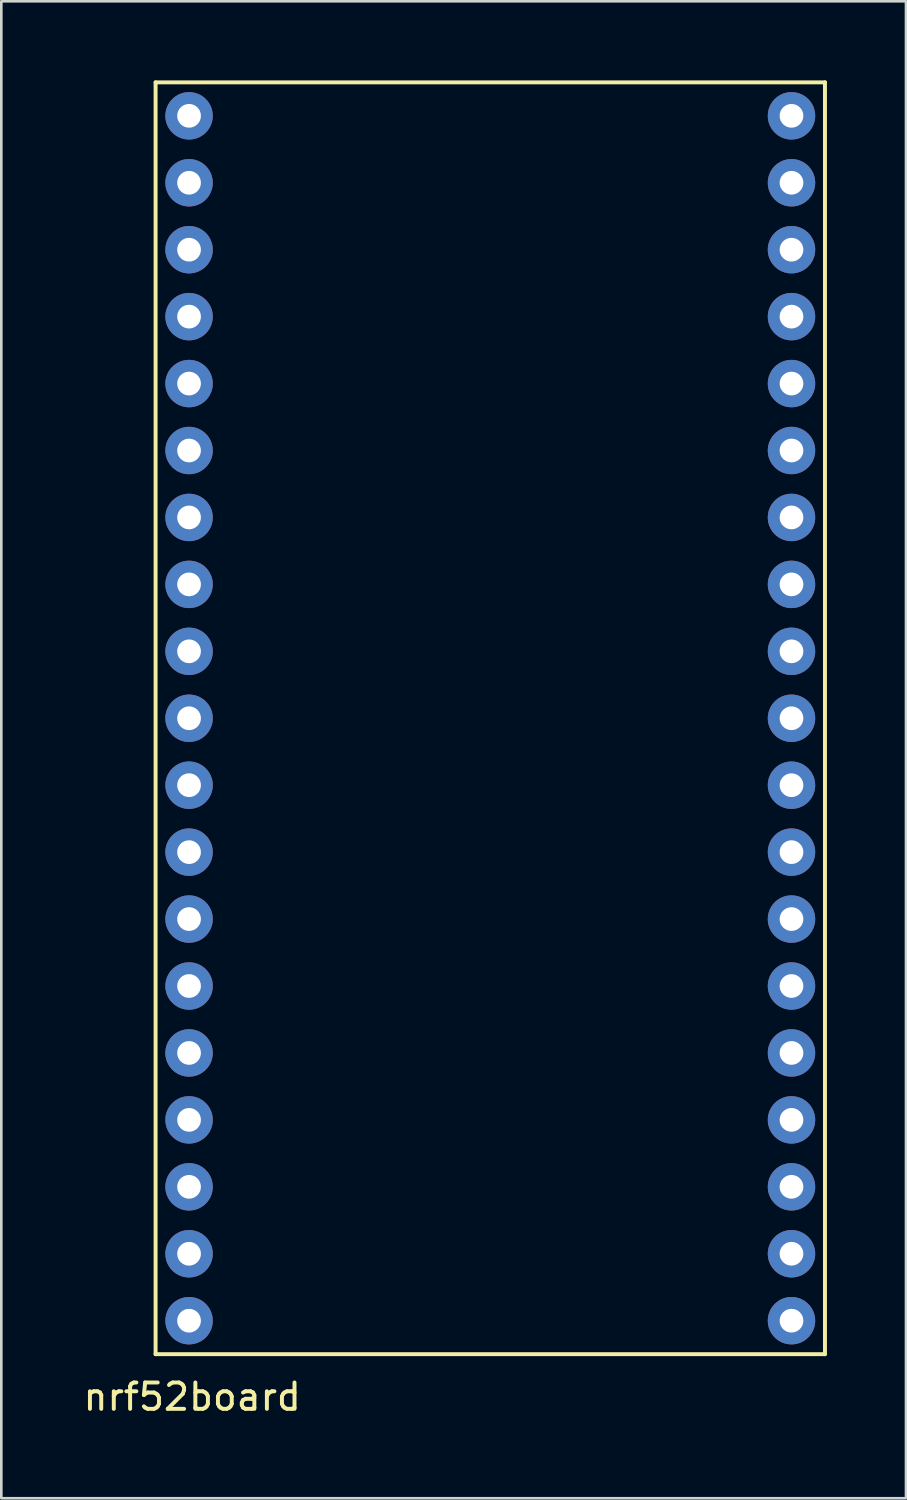
<source format=kicad_pcb>
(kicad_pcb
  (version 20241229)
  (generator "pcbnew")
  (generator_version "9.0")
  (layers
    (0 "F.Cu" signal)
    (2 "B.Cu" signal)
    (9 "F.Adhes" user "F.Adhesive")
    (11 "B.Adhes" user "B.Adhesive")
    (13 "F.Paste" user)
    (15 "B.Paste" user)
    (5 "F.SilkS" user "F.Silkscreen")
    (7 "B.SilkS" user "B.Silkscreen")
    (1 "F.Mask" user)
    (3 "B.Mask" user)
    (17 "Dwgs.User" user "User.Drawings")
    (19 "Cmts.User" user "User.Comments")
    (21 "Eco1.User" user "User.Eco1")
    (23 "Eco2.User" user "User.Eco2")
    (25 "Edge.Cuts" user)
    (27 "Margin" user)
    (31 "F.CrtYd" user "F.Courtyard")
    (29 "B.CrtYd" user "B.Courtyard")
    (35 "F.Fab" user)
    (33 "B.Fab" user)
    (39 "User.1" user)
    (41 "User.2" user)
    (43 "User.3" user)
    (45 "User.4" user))
  (footprint "nrf52board"
    (layer "F.Cu")
    (at 14.404 24.155)
    (property "Reference" "nrf52board" (at -10.16 25.8 0) (layer "F.SilkS") (effects (font (size 1 1) (thickness 0.15))))
    (attr through_hole)
    (fp_line (start -11.55 -24.08) (end 13.85 -24.08) (stroke (width 0.15) (type solid)) (layer "F.SilkS"))
    (fp_line (start -11.55 24.18) (end -11.55 -24.08) (stroke (width 0.15) (type solid)) (layer "F.SilkS"))
    (fp_line (start 13.85 -24.08) (end 13.85 24.18) (stroke (width 0.15) (type solid)) (layer "F.SilkS"))
    (fp_line (start 13.85 24.18) (end -11.55 24.18) (stroke (width 0.15) (type solid)) (layer "F.SilkS"))
    (pad "1" thru_hole circle (at -10.28 -22.81 90) (size 1.8 1.8) (drill 0.9) (layers "*.Cu" "*.Mask"))
    (pad "2" thru_hole circle (at -10.28 -20.27 90) (size 1.8 1.8) (drill 0.9) (layers "*.Cu" "*.Mask"))
    (pad "3" thru_hole circle (at -10.28 -17.73 90) (size 1.8 1.8) (drill 0.9) (layers "*.Cu" "*.Mask"))
    (pad "4" thru_hole circle (at -10.28 -15.19 90) (size 1.8 1.8) (drill 0.9) (layers "*.Cu" "*.Mask"))
    (pad "5" thru_hole circle (at -10.28 -12.65 90) (size 1.8 1.8) (drill 0.9) (layers "*.Cu" "*.Mask"))
    (pad "6" thru_hole circle (at -10.28 -10.11 90) (size 1.8 1.8) (drill 0.9) (layers "*.Cu" "*.Mask"))
    (pad "7" thru_hole circle (at -10.28 -7.57 90) (size 1.8 1.8) (drill 0.9) (layers "*.Cu" "*.Mask"))
    (pad "8" thru_hole circle (at -10.28 -5.03 90) (size 1.8 1.8) (drill 0.9) (layers "*.Cu" "*.Mask"))
    (pad "9" thru_hole circle (at -10.28 -2.49 90) (size 1.8 1.8) (drill 0.9) (layers "*.Cu" "*.Mask"))
    (pad "10" thru_hole circle (at -10.28 0.05 90) (size 1.8 1.8) (drill 0.9) (layers "*.Cu" "*.Mask"))
    (pad "11" thru_hole circle (at -10.28 2.59 90) (size 1.8 1.8) (drill 0.9) (layers "*.Cu" "*.Mask"))
    (pad "12" thru_hole circle (at -10.28 5.13 90) (size 1.8 1.8) (drill 0.9) (layers "*.Cu" "*.Mask"))
    (pad "13" thru_hole circle (at -10.28 7.67 90) (size 1.8 1.8) (drill 0.9) (layers "*.Cu" "*.Mask"))
    (pad "14" thru_hole circle (at -10.28 10.21 90) (size 1.8 1.8) (drill 0.9) (layers "*.Cu" "*.Mask"))
    (pad "15" thru_hole circle (at -10.28 12.75 90) (size 1.8 1.8) (drill 0.9) (layers "*.Cu" "*.Mask"))
    (pad "16" thru_hole circle (at -10.28 15.29 90) (size 1.8 1.8) (drill 0.9) (layers "*.Cu" "*.Mask"))
    (pad "17" thru_hole circle (at -10.28 17.83 90) (size 1.8 1.8) (drill 0.9) (layers "*.Cu" "*.Mask"))
    (pad "18" thru_hole circle (at -10.28 20.37 90) (size 1.8 1.8) (drill 0.9) (layers "*.Cu" "*.Mask"))
    (pad "19" thru_hole circle (at -10.28 22.91 90) (size 1.8 1.8) (drill 0.9) (layers "*.Cu" "*.Mask"))
    (pad "20" thru_hole circle (at 12.58 22.91 90) (size 1.8 1.8) (drill 0.9) (layers "*.Cu" "*.Mask"))
    (pad "21" thru_hole circle (at 12.58 20.37 90) (size 1.8 1.8) (drill 0.9) (layers "*.Cu" "*.Mask"))
    (pad "22" thru_hole circle (at 12.58 17.83 90) (size 1.8 1.8) (drill 0.9) (layers "*.Cu" "*.Mask"))
    (pad "23" thru_hole circle (at 12.58 15.29 90) (size 1.8 1.8) (drill 0.9) (layers "*.Cu" "*.Mask"))
    (pad "24" thru_hole circle (at 12.58 12.75 90) (size 1.8 1.8) (drill 0.9) (layers "*.Cu" "*.Mask"))
    (pad "25" thru_hole circle (at 12.58 10.21 90) (size 1.8 1.8) (drill 0.9) (layers "*.Cu" "*.Mask"))
    (pad "26" thru_hole circle (at 12.58 7.67 90) (size 1.8 1.8) (drill 0.9) (layers "*.Cu" "*.Mask"))
    (pad "27" thru_hole circle (at 12.58 5.13 90) (size 1.8 1.8) (drill 0.9) (layers "*.Cu" "*.Mask"))
    (pad "28" thru_hole circle (at 12.58 2.59 90) (size 1.8 1.8) (drill 0.9) (layers "*.Cu" "*.Mask"))
    (pad "29" thru_hole circle (at 12.58 0.05 90) (size 1.8 1.8) (drill 0.9) (layers "*.Cu" "*.Mask"))
    (pad "30" thru_hole circle (at 12.58 -2.49 90) (size 1.8 1.8) (drill 0.9) (layers "*.Cu" "*.Mask"))
    (pad "31" thru_hole circle (at 12.58 -5.03 90) (size 1.8 1.8) (drill 0.9) (layers "*.Cu" "*.Mask"))
    (pad "32" thru_hole circle (at 12.58 -7.57 90) (size 1.8 1.8) (drill 0.9) (layers "*.Cu" "*.Mask"))
    (pad "33" thru_hole circle (at 12.58 -10.11 90) (size 1.8 1.8) (drill 0.9) (layers "*.Cu" "*.Mask"))
    (pad "34" thru_hole circle (at 12.58 -12.65 90) (size 1.8 1.8) (drill 0.9) (layers "*.Cu" "*.Mask"))
    (pad "35" thru_hole circle (at 12.58 -15.19 90) (size 1.8 1.8) (drill 0.9) (layers "*.Cu" "*.Mask"))
    (pad "36" thru_hole circle (at 12.58 -17.73 90) (size 1.8 1.8) (drill 0.9) (layers "*.Cu" "*.Mask"))
    (pad "37" thru_hole circle (at 12.58 -20.27) (size 1.8 1.8) (drill 0.9) (layers "*.Cu" "*.Mask"))
    (pad "38" thru_hole circle (at 12.58 -22.81) (size 1.8 1.8) (drill 0.9) (layers "*.Cu" "*.Mask")))
  (gr_rect
    (start -3 -3)
    (end 31.329 53.803)
    (stroke (width 0.1) (type default))
    (fill no)
    (layer "Edge.Cuts")))
</source>
